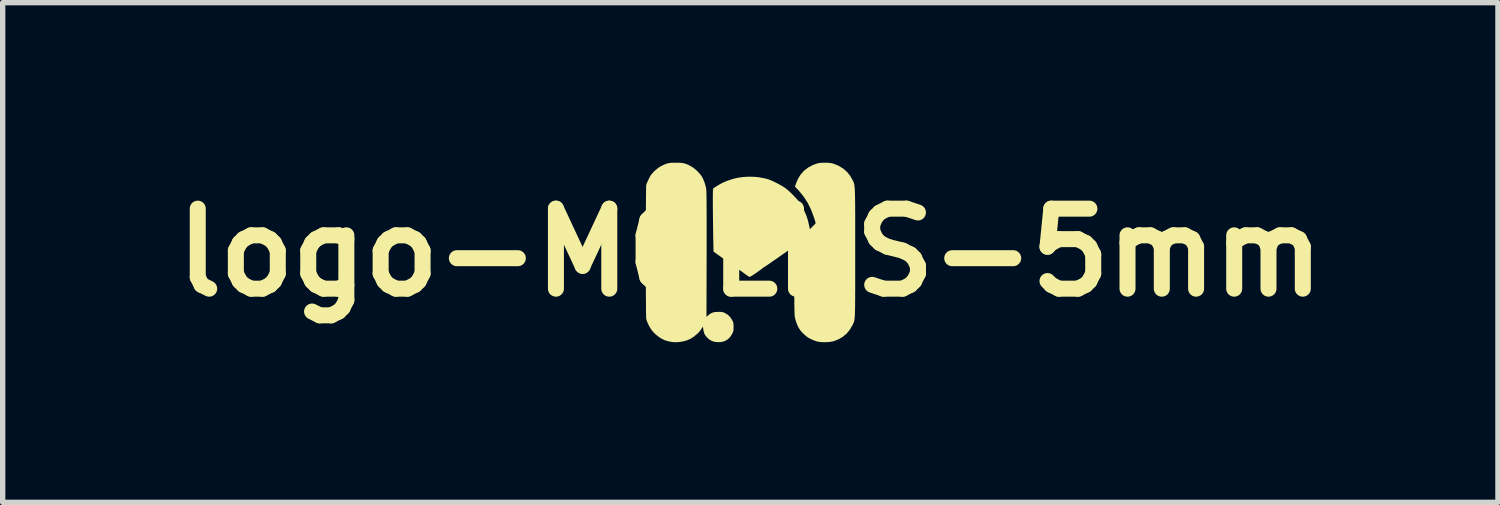
<source format=kicad_pcb>
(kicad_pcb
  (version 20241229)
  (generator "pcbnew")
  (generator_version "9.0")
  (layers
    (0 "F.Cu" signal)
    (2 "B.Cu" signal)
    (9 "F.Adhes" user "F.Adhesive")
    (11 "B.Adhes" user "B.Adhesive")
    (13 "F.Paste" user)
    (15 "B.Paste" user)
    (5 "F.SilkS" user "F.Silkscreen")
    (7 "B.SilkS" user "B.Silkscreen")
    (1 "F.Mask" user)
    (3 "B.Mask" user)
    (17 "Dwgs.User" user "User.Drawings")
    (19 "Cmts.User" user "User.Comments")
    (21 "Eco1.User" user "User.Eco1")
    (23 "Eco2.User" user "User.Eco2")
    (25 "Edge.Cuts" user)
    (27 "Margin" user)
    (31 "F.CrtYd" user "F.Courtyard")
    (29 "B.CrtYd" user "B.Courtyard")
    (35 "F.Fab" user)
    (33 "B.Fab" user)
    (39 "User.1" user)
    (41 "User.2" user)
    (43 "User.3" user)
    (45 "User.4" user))
  (footprint "logo-MOLKS-5mm"
    (layer "F.Cu")
    (at 11.014 1.683)
    (property "Reference" "logo-MOLKS-5mm" (at 0 0 0) (layer "F.SilkS") (effects (font (size 1.5 1.5) (thickness 0.3))))
    (attr board_only exclude_from_pos_files exclude_from_bom)
    (fp_poly (pts (xy 0.081 -1.418) (xy 0.15 -1.412) (xy 0.179 -1.407) (xy 0.216 -1.399) (xy 0.251 -1.393) (xy 0.277 -1.388) (xy 0.279 -1.388) (xy 0.319 -1.377) (xy 0.369 -1.36) (xy 0.425 -1.336) (xy 0.485 -1.307) (xy 0.544 -1.276) (xy 0.6 -1.245) (xy 0.649 -1.213) (xy 0.675 -1.194) (xy 0.707 -1.167) (xy 0.744 -1.134) (xy 0.782 -1.097) (xy 0.821 -1.057) (xy 0.858 -1.018) (xy 0.891 -0.981) (xy 0.918 -0.947) (xy 0.938 -0.92) (xy 0.949 -0.902) (xy 0.95 -0.897) (xy 0.954 -0.888) (xy 0.965 -0.869) (xy 0.978 -0.848) (xy 0.996 -0.815) (xy 1.017 -0.772) (xy 1.038 -0.723) (xy 1.058 -0.673) (xy 1.073 -0.627) (xy 1.082 -0.595) (xy 1.099 -0.522) (xy 1.112 -0.464) (xy 1.121 -0.419) (xy 1.128 -0.385) (xy 1.132 -0.36) (xy 1.133 -0.343) (xy 1.131 -0.332) (xy 1.128 -0.325) (xy 1.122 -0.32) (xy 1.115 -0.316) (xy 1.099 -0.306) (xy 1.075 -0.289) (xy 1.048 -0.27) (xy 1.023 -0.252) (xy 1.004 -0.239) (xy 0.994 -0.233) (xy 0.994 -0.233) (xy 0.983 -0.228) (xy 0.967 -0.217) (xy 0.967 -0.216) (xy 0.949 -0.202) (xy 0.923 -0.184) (xy 0.9 -0.168) (xy 0.836 -0.124) (xy 0.778 -0.084) (xy 0.722 -0.045) (xy 0.662 -0.003) (xy 0.595 0.044) (xy 0.563 0.067) (xy 0.53 0.09) (xy 0.499 0.111) (xy 0.474 0.129) (xy 0.467 0.133) (xy 0.447 0.147) (xy 0.418 0.167) (xy 0.384 0.191) (xy 0.358 0.208) (xy 0.324 0.232) (xy 0.293 0.253) (xy 0.267 0.27) (xy 0.255 0.278) (xy 0.232 0.293) (xy 0.213 0.308) (xy 0.212 0.308) (xy 0.196 0.322) (xy 0.167 0.342) (xy 0.128 0.37) (xy 0.081 0.402) (xy 0.038 0.431) (xy 0.014 0.445) (xy -0.004 0.455) (xy -0.012 0.458) (xy -0.023 0.453) (xy -0.043 0.441) (xy -0.069 0.425) (xy -0.073 0.421) (xy -0.102 0.401) (xy -0.127 0.382) (xy -0.144 0.368) (xy -0.145 0.368) (xy -0.16 0.355) (xy -0.169 0.35) (xy -0.169 0.35) (xy -0.178 0.345) (xy -0.196 0.333) (xy -0.221 0.316) (xy -0.231 0.309) (xy -0.336 0.233) (xy -0.448 0.154) (xy -0.547 0.084) (xy -0.581 0.06) (xy -0.616 0.036) (xy -0.644 0.015) (xy -0.651 0.01) (xy -0.689 -0.018) (xy -0.695 -0.315) (xy -0.697 -0.454) (xy -0.699 -0.583) (xy -0.7 -0.702) (xy -0.701 -0.81) (xy -0.702 -0.906) (xy -0.702 -0.99) (xy -0.702 -1.061) (xy -0.701 -1.118) (xy -0.7 -1.16) (xy -0.698 -1.188) (xy -0.696 -1.199) (xy -0.696 -1.199) (xy -0.684 -1.208) (xy -0.662 -1.223) (xy -0.634 -1.241) (xy -0.603 -1.26) (xy -0.573 -1.278) (xy -0.549 -1.291) (xy -0.49 -1.32) (xy -0.421 -1.347) (xy -0.347 -1.372) (xy -0.275 -1.392) (xy -0.231 -1.401) (xy -0.157 -1.412) (xy -0.077 -1.419) (xy 0.004 -1.421)) (stroke (width 0) (type solid)) (fill yes) (layer "F.SilkS"))
    (fp_poly (pts (xy 1.458 -1.682) (xy 1.506 -1.677) (xy 1.551 -1.667) (xy 1.596 -1.651) (xy 1.648 -1.628) (xy 1.661 -1.622) (xy 1.742 -1.573) (xy 1.812 -1.512) (xy 1.871 -1.439) (xy 1.902 -1.385) (xy 1.911 -1.369) (xy 1.919 -1.355) (xy 1.926 -1.342) (xy 1.932 -1.329) (xy 1.938 -1.316) (xy 1.943 -1.302) (xy 1.947 -1.285) (xy 1.951 -1.265) (xy 1.954 -1.241) (xy 1.957 -1.213) (xy 1.96 -1.179) (xy 1.961 -1.139) (xy 1.963 -1.091) (xy 1.964 -1.036) (xy 1.965 -0.971) (xy 1.966 -0.897) (xy 1.966 -0.812) (xy 1.967 -0.716) (xy 1.967 -0.607) (xy 1.967 -0.485) (xy 1.967 -0.349) (xy 1.967 -0.199) (xy 1.967 -0.032) (xy 1.967 0) (xy 1.967 0.169) (xy 1.967 0.322) (xy 1.967 0.46) (xy 1.967 0.584) (xy 1.967 0.695) (xy 1.966 0.793) (xy 1.966 0.88) (xy 1.965 0.956) (xy 1.965 1.022) (xy 1.963 1.079) (xy 1.962 1.127) (xy 1.961 1.168) (xy 1.959 1.203) (xy 1.956 1.231) (xy 1.953 1.255) (xy 1.95 1.275) (xy 1.946 1.292) (xy 1.942 1.306) (xy 1.937 1.318) (xy 1.932 1.33) (xy 1.926 1.342) (xy 1.919 1.355) (xy 1.913 1.368) (xy 1.865 1.449) (xy 1.806 1.52) (xy 1.736 1.579) (xy 1.658 1.626) (xy 1.575 1.659) (xy 1.551 1.666) (xy 1.48 1.678) (xy 1.403 1.682) (xy 1.327 1.68) (xy 1.259 1.67) (xy 1.258 1.67) (xy 1.203 1.652) (xy 1.142 1.626) (xy 1.083 1.595) (xy 1.075 1.589) (xy 1.052 1.572) (xy 1.022 1.547) (xy 0.992 1.518) (xy 0.965 1.491) (xy 0.945 1.468) (xy 0.942 1.463) (xy 0.927 1.441) (xy 0.914 1.422) (xy 0.897 1.393) (xy 0.879 1.353) (xy 0.862 1.307) (xy 0.847 1.26) (xy 0.837 1.218) (xy 0.834 1.202) (xy 0.832 1.182) (xy 0.831 1.155) (xy 0.829 1.122) (xy 0.828 1.079) (xy 0.827 1.027) (xy 0.826 0.965) (xy 0.826 0.89) (xy 0.825 0.802) (xy 0.825 0.7) (xy 0.825 0.592) (xy 0.825 0.026) (xy 0.856 0.008) (xy 0.879 -0.008) (xy 0.909 -0.028) (xy 0.936 -0.047) (xy 0.96 -0.065) (xy 0.979 -0.078) (xy 0.988 -0.083) (xy 0.989 -0.083) (xy 0.997 -0.088) (xy 1.016 -0.1) (xy 1.04 -0.117) (xy 1.042 -0.119) (xy 1.088 -0.152) (xy 1.142 -0.188) (xy 1.195 -0.225) (xy 1.224 -0.244) (xy 1.243 -0.257) (xy 1.256 -0.27) (xy 1.263 -0.286) (xy 1.264 -0.308) (xy 1.262 -0.339) (xy 1.256 -0.384) (xy 1.255 -0.384) (xy 1.246 -0.444) (xy 1.238 -0.491) (xy 1.23 -0.531) (xy 1.221 -0.569) (xy 1.21 -0.608) (xy 1.195 -0.653) (xy 1.191 -0.666) (xy 1.138 -0.806) (xy 1.075 -0.933) (xy 0.999 -1.05) (xy 0.912 -1.157) (xy 0.896 -1.174) (xy 0.838 -1.235) (xy 0.858 -1.294) (xy 0.896 -1.385) (xy 0.947 -1.465) (xy 1.01 -1.535) (xy 1.086 -1.593) (xy 1.172 -1.639) (xy 1.245 -1.666) (xy 1.278 -1.674) (xy 1.313 -1.68) (xy 1.354 -1.683) (xy 1.399 -1.683)) (stroke (width 0) (type solid)) (fill yes) (layer "F.SilkS"))
    (fp_poly (pts (xy -1.335 -1.682) (xy -1.286 -1.679) (xy -1.244 -1.672) (xy -1.206 -1.661) (xy -1.165 -1.644) (xy -1.122 -1.622) (xy -1.06 -1.583) (xy -0.999 -1.532) (xy -0.945 -1.474) (xy -0.91 -1.427) (xy -0.881 -1.372) (xy -0.855 -1.307) (xy -0.835 -1.236) (xy -0.824 -1.175) (xy -0.823 -1.157) (xy -0.822 -1.123) (xy -0.821 -1.073) (xy -0.82 -1.008) (xy -0.819 -0.927) (xy -0.819 -0.832) (xy -0.818 -0.724) (xy -0.818 -0.601) (xy -0.818 -0.465) (xy -0.818 -0.317) (xy -0.818 -0.156) (xy -0.818 0.016) (xy -0.818 0.048) (xy -0.821 1.208) (xy -0.792 1.18) (xy -0.751 1.148) (xy -0.709 1.127) (xy -0.66 1.116) (xy -0.601 1.113) (xy -0.6 1.113) (xy -0.56 1.113) (xy -0.53 1.116) (xy -0.506 1.121) (xy -0.481 1.131) (xy -0.474 1.135) (xy -0.416 1.171) (xy -0.369 1.22) (xy -0.337 1.272) (xy -0.325 1.298) (xy -0.317 1.322) (xy -0.314 1.349) (xy -0.313 1.384) (xy -0.313 1.396) (xy -0.313 1.434) (xy -0.316 1.462) (xy -0.321 1.484) (xy -0.332 1.509) (xy -0.341 1.528) (xy -0.379 1.587) (xy -0.426 1.631) (xy -0.482 1.662) (xy -0.547 1.679) (xy -0.613 1.681) (xy -0.677 1.673) (xy -0.73 1.654) (xy -0.778 1.624) (xy -0.814 1.588) (xy -0.841 1.556) (xy -0.86 1.523) (xy -0.872 1.487) (xy -0.881 1.44) (xy -0.882 1.429) (xy -0.888 1.387) (xy -0.906 1.417) (xy -0.929 1.451) (xy -0.946 1.475) (xy -0.963 1.495) (xy -0.984 1.515) (xy -1 1.53) (xy -1.061 1.58) (xy -1.12 1.618) (xy -1.182 1.645) (xy -1.251 1.665) (xy -1.261 1.667) (xy -1.329 1.678) (xy -1.395 1.682) (xy -1.456 1.679) (xy -1.488 1.674) (xy -1.518 1.668) (xy -1.547 1.662) (xy -1.55 1.661) (xy -1.601 1.646) (xy -1.657 1.619) (xy -1.715 1.582) (xy -1.769 1.539) (xy -1.817 1.493) (xy -1.851 1.451) (xy -1.884 1.4) (xy -1.913 1.345) (xy -1.936 1.292) (xy -1.949 1.25) (xy -1.951 1.236) (xy -1.952 1.207) (xy -1.953 1.164) (xy -1.954 1.107) (xy -1.955 1.038) (xy -1.955 0.959) (xy -1.956 0.869) (xy -1.957 0.771) (xy -1.957 0.666) (xy -1.958 0.554) (xy -1.958 0.437) (xy -1.958 0.315) (xy -1.958 0.191) (xy -1.959 0.065) (xy -1.959 -0.061) (xy -1.958 -0.188) (xy -1.958 -0.312) (xy -1.958 -0.434) (xy -1.958 -0.552) (xy -1.957 -0.665) (xy -1.957 -0.772) (xy -1.956 -0.872) (xy -1.955 -0.963) (xy -1.955 -1.044) (xy -1.954 -1.115) (xy -1.953 -1.174) (xy -1.952 -1.22) (xy -1.951 -1.252) (xy -1.949 -1.269) (xy -1.949 -1.271) (xy -1.941 -1.294) (xy -1.927 -1.326) (xy -1.911 -1.361) (xy -1.894 -1.397) (xy -1.877 -1.428) (xy -1.862 -1.453) (xy -1.852 -1.466) (xy -1.852 -1.466) (xy -1.843 -1.475) (xy -1.828 -1.492) (xy -1.823 -1.499) (xy -1.799 -1.524) (xy -1.767 -1.552) (xy -1.733 -1.58) (xy -1.701 -1.602) (xy -1.688 -1.61) (xy -1.636 -1.637) (xy -1.594 -1.656) (xy -1.556 -1.669) (xy -1.519 -1.677) (xy -1.478 -1.682) (xy -1.428 -1.683) (xy -1.396 -1.683)) (stroke (width 0) (type solid)) (fill yes) (layer "F.SilkS")))
  (gr_rect
    (start -3 -3)
    (end 25.029 6.366)
    (stroke (width 0.1) (type default))
    (fill no)
    (layer "Edge.Cuts")))
</source>
